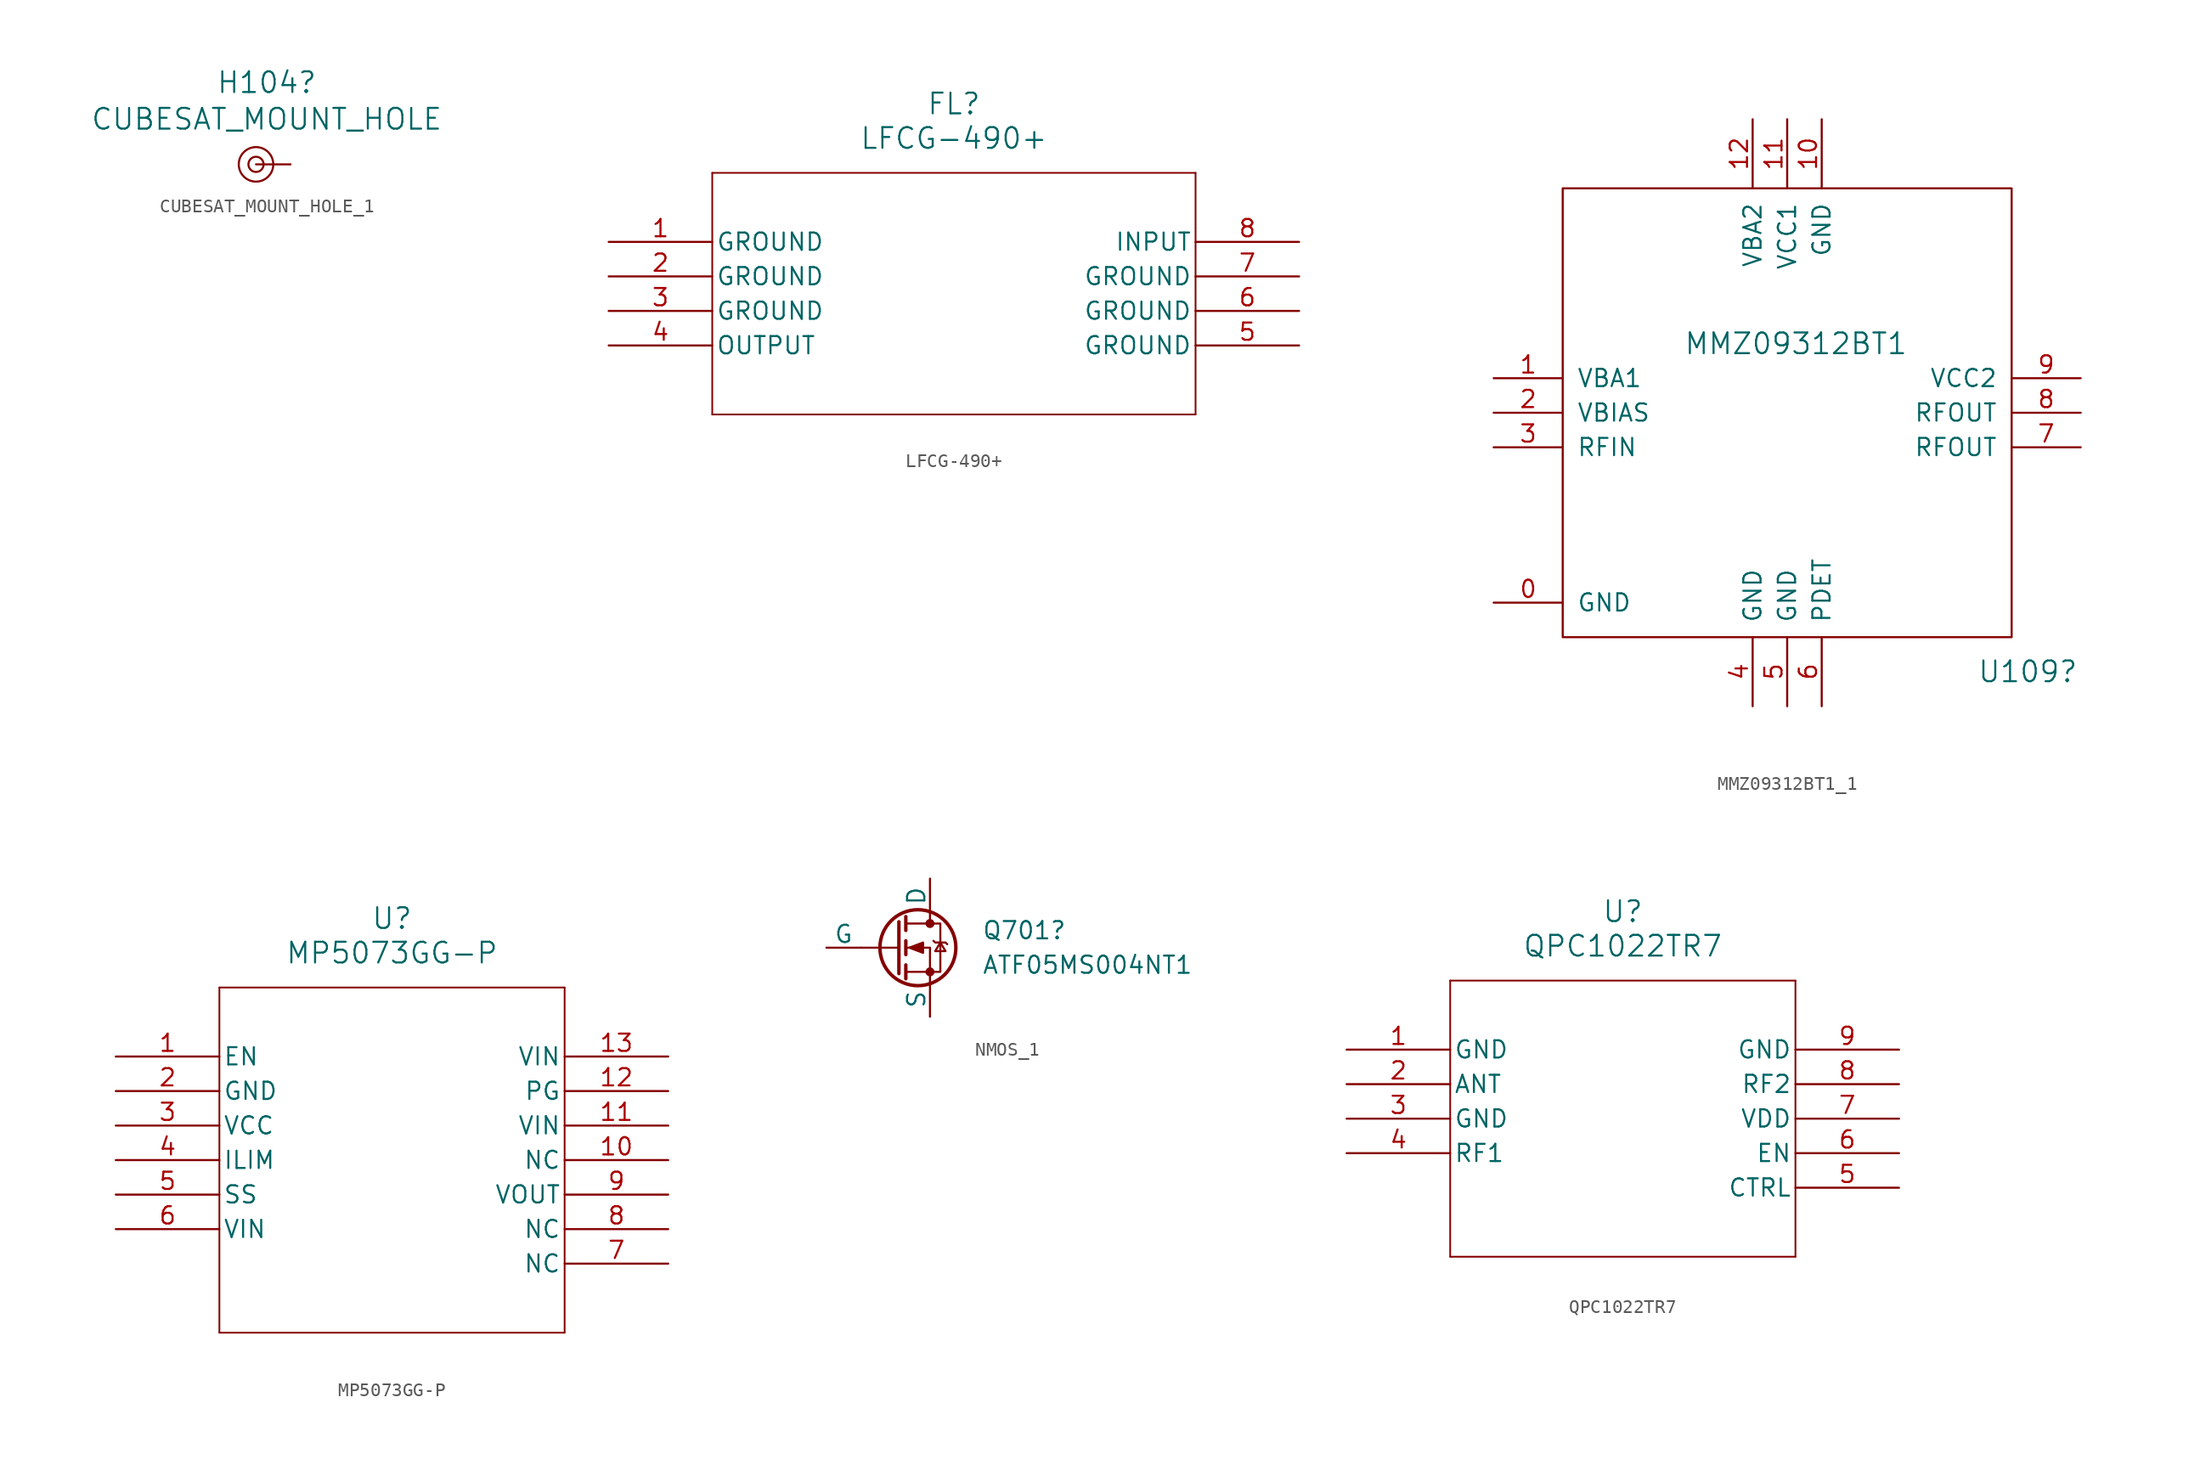
<source format=kicad_sym>
(kicad_symbol_lib
  (version 20241209)
  (generator "kicad_symbol_editor")
  (generator_version "9.0")
  (symbol "CUBESAT_MOUNT_HOLE_1"
    (pin_numbers
      (hide yes))
    (pin_names
      (offset 0)
      (hide yes))
    (property "Reference" "H104"
      (at 0.787 6.02 0)
      (effects (font (size 1.524 1.524))))
    (property "Value" "CUBESAT_MOUNT_HOLE"
      (at 0.787 3.327 0)
      (effects (font (size 1.524 1.524))))
    (symbol "CUBESAT_MOUNT_HOLE_1_0_1"
      (circle (center 0 0) (radius 0.559) (stroke (width 0) (type default)) (fill (type none)))
      (circle (center 0 0) (radius 1.27) (stroke (width 0) (type default)) (fill (type none))))
    (symbol "CUBESAT_MOUNT_HOLE_1_1_1"
      (pin passive line (at 2.54 0 180) (length 2.54) (name "1" (effects (font (size 1.27 1.27)))) (number "1" (effects (font (size 1.27 1.27)))))))
  (symbol "LFCG-490+"
    (pin_names
      (offset 0.254))
    (property "Reference" "FL"
      (at 25.4 10.16 0)
      (effects (font (size 1.524 1.524))))
    (property "Value" "LFCG-490+"
      (at 25.4 7.62 0)
      (effects (font (size 1.524 1.524))))
    (symbol "LFCG-490+_0_1"
      (polyline (pts (xy 7.62 5.08) (xy 7.62 -12.7)) (stroke (width 0.127) (type default)) (fill (type none)))
      (polyline (pts (xy 7.62 -12.7) (xy 43.18 -12.7)) (stroke (width 0.127) (type default)) (fill (type none)))
      (polyline (pts (xy 43.18 5.08) (xy 7.62 5.08)) (stroke (width 0.127) (type default)) (fill (type none)))
      (polyline (pts (xy 43.18 -12.7) (xy 43.18 5.08)) (stroke (width 0.127) (type default)) (fill (type none)))
      (pin power_out line (at 0 0 0) (length 7.62) (name "GROUND" (effects (font (size 1.27 1.27)))) (number "1" (effects (font (size 1.27 1.27)))))
      (pin power_out line (at 0 -2.54 0) (length 7.62) (name "GROUND" (effects (font (size 1.27 1.27)))) (number "2" (effects (font (size 1.27 1.27)))))
      (pin power_out line (at 0 -5.08 0) (length 7.62) (name "GROUND" (effects (font (size 1.27 1.27)))) (number "3" (effects (font (size 1.27 1.27)))))
      (pin output line (at 0 -7.62 0) (length 7.62) (name "OUTPUT" (effects (font (size 1.27 1.27)))) (number "4" (effects (font (size 1.27 1.27)))))
      (pin input line (at 50.8 0 180) (length 7.62) (name "INPUT" (effects (font (size 1.27 1.27)))) (number "8" (effects (font (size 1.27 1.27)))))
      (pin power_out line (at 50.8 -2.54 180) (length 7.62) (name "GROUND" (effects (font (size 1.27 1.27)))) (number "7" (effects (font (size 1.27 1.27)))))
      (pin power_out line (at 50.8 -5.08 180) (length 7.62) (name "GROUND" (effects (font (size 1.27 1.27)))) (number "6" (effects (font (size 1.27 1.27)))))
      (pin power_out line (at 50.8 -7.62 180) (length 7.62) (name "GROUND" (effects (font (size 1.27 1.27)))) (number "5" (effects (font (size 1.27 1.27)))))))
  (symbol "MMZ09312BT1_1"
    (pin_names
      (offset 1.016))
    (property "Reference" "U109"
      (at 13.97 -19.05 0)
      (effects (font (size 1.524 1.524)) (justify left)))
    (property "Value" "MMZ09312BT1"
      (at -7.62 5.08 0)
      (effects (font (size 1.524 1.524)) (justify left)))
    (symbol "MMZ09312BT1_1_0_1"
      (rectangle (start -16.51 16.51) (end 16.51 -16.51) (stroke (width 0) (type default)) (fill (type none))))
    (symbol "MMZ09312BT1_1_1_1"
      (pin input line (at -21.59 2.54 0) (length 5.08) (name "VBA1" (effects (font (size 1.27 1.27)))) (number "1" (effects (font (size 1.27 1.27)))))
      (pin input line (at -21.59 0 0) (length 5.08) (name "VBIAS" (effects (font (size 1.27 1.27)))) (number "2" (effects (font (size 1.27 1.27)))))
      (pin passive line (at -21.59 -2.54 0) (length 5.08) (name "RFIN" (effects (font (size 1.27 1.27)))) (number "3" (effects (font (size 1.27 1.27)))))
      (pin power_in line (at -21.59 -13.97 0) (length 5.08) (name "GND" (effects (font (size 1.27 1.27)))) (number "0" (effects (font (size 1.27 1.27)))))
      (pin input line (at -2.54 21.59 270) (length 5.08) (name "VBA2" (effects (font (size 1.27 1.27)))) (number "12" (effects (font (size 1.27 1.27)))))
      (pin power_in line (at -2.54 -21.59 90) (length 5.08) (name "GND" (effects (font (size 1.27 1.27)))) (number "4" (effects (font (size 1.27 1.27)))))
      (pin power_in line (at 0 21.59 270) (length 5.08) (name "VCC1" (effects (font (size 1.27 1.27)))) (number "11" (effects (font (size 1.27 1.27)))))
      (pin power_in line (at 0 -21.59 90) (length 5.08) (name "GND" (effects (font (size 1.27 1.27)))) (number "5" (effects (font (size 1.27 1.27)))))
      (pin power_in line (at 2.54 21.59 270) (length 5.08) (name "GND" (effects (font (size 1.27 1.27)))) (number "10" (effects (font (size 1.27 1.27)))))
      (pin output line (at 2.54 -21.59 90) (length 5.08) (name "PDET" (effects (font (size 1.27 1.27)))) (number "6" (effects (font (size 1.27 1.27)))))
      (pin power_in line (at 21.59 2.54 180) (length 5.08) (name "VCC2" (effects (font (size 1.27 1.27)))) (number "9" (effects (font (size 1.27 1.27)))))
      (pin open_emitter line (at 21.59 0 180) (length 5.08) (name "RFOUT" (effects (font (size 1.27 1.27)))) (number "8" (effects (font (size 1.27 1.27)))))
      (pin open_emitter line (at 21.59 -2.54 180) (length 5.08) (name "RFOUT" (effects (font (size 1.27 1.27)))) (number "7" (effects (font (size 1.27 1.27)))))))
  (symbol "MP5073GG-P"
    (pin_names
      (offset 0.254))
    (property "Reference" "U"
      (at 20.32 10.16 0)
      (effects (font (size 1.524 1.524))))
    (property "Value" "MP5073GG-P"
      (at 20.32 7.62 0)
      (effects (font (size 1.524 1.524))))
    (symbol "MP5073GG-P_0_1"
      (polyline (pts (xy 7.62 5.08) (xy 7.62 -20.32)) (stroke (width 0.127) (type default)) (fill (type none)))
      (polyline (pts (xy 7.62 -20.32) (xy 33.02 -20.32)) (stroke (width 0.127) (type default)) (fill (type none)))
      (polyline (pts (xy 33.02 5.08) (xy 7.62 5.08)) (stroke (width 0.127) (type default)) (fill (type none)))
      (polyline (pts (xy 33.02 -20.32) (xy 33.02 5.08)) (stroke (width 0.127) (type default)) (fill (type none)))
      (pin input line (at 0 0 0) (length 7.62) (name "EN" (effects (font (size 1.27 1.27)))) (number "1" (effects (font (size 1.27 1.27)))))
      (pin power_in line (at 0 -2.54 0) (length 7.62) (name "GND" (effects (font (size 1.27 1.27)))) (number "2" (effects (font (size 1.27 1.27)))))
      (pin power_in line (at 0 -5.08 0) (length 7.62) (name "VCC" (effects (font (size 1.27 1.27)))) (number "3" (effects (font (size 1.27 1.27)))))
      (pin passive line (at 0 -7.62 0) (length 7.62) (name "ILIM" (effects (font (size 1.27 1.27)))) (number "4" (effects (font (size 1.27 1.27)))))
      (pin passive line (at 0 -10.16 0) (length 7.62) (name "SS" (effects (font (size 1.27 1.27)))) (number "5" (effects (font (size 1.27 1.27)))))
      (pin power_in line (at 0 -12.7 0) (length 7.62) (name "VIN" (effects (font (size 1.27 1.27)))) (number "6" (effects (font (size 1.27 1.27)))))
      (pin power_in line (at 40.64 0 180) (length 7.62) (name "VIN" (effects (font (size 1.27 1.27)))) (number "13" (effects (font (size 1.27 1.27)))))
      (pin output line (at 40.64 -2.54 180) (length 7.62) (name "PG" (effects (font (size 1.27 1.27)))) (number "12" (effects (font (size 1.27 1.27)))))
      (pin power_in line (at 40.64 -5.08 180) (length 7.62) (name "VIN" (effects (font (size 1.27 1.27)))) (number "11" (effects (font (size 1.27 1.27)))))
      (pin unspecified line (at 40.64 -7.62 180) (length 7.62) (name "NC" (effects (font (size 1.27 1.27)))) (number "10" (effects (font (size 1.27 1.27)))))
      (pin power_out line (at 40.64 -10.16 180) (length 7.62) (name "VOUT" (effects (font (size 1.27 1.27)))) (number "9" (effects (font (size 1.27 1.27)))))
      (pin unspecified line (at 40.64 -12.7 180) (length 7.62) (name "NC" (effects (font (size 1.27 1.27)))) (number "8" (effects (font (size 1.27 1.27)))))
      (pin unspecified line (at 40.64 -15.24 180) (length 7.62) (name "NC" (effects (font (size 1.27 1.27)))) (number "7" (effects (font (size 1.27 1.27)))))))
  (symbol "NMOS_1"
    (pin_numbers
      (hide yes))
    (pin_names
      (offset 0))
    (property "Reference" "Q701"
      (at 6.35 1.27 0)
      (effects (font (size 1.27 1.27)) (justify left)))
    (property "Value" "ATF05MS004NT1"
      (at 6.35 -1.27 0)
      (effects (font (size 1.27 1.27)) (justify left)))
    (symbol "NMOS_1_0_1"
      (polyline (pts (xy 0.254 1.905) (xy 0.254 -1.905)) (stroke (width 0.254) (type default)) (fill (type none)))
      (polyline (pts (xy 0.254 0) (xy -2.54 0)) (stroke (width 0) (type default)) (fill (type none)))
      (polyline (pts (xy 0.762 2.286) (xy 0.762 1.27)) (stroke (width 0.254) (type default)) (fill (type none)))
      (polyline (pts (xy 0.762 0.508) (xy 0.762 -0.508)) (stroke (width 0.254) (type default)) (fill (type none)))
      (polyline (pts (xy 0.762 -1.27) (xy 0.762 -2.286)) (stroke (width 0.254) (type default)) (fill (type none)))
      (polyline (pts (xy 0.762 -1.778) (xy 3.302 -1.778) (xy 3.302 1.778) (xy 0.762 1.778)) (stroke (width 0) (type default)) (fill (type none)))
      (polyline (pts (xy 1.016 0) (xy 2.032 0.381) (xy 2.032 -0.381) (xy 1.016 0)) (stroke (width 0) (type default)) (fill (type outline)))
      (circle (center 1.651 0) (radius 2.794) (stroke (width 0.254) (type default)) (fill (type none)))
      (polyline (pts (xy 2.54 2.54) (xy 2.54 1.778)) (stroke (width 0) (type default)) (fill (type none)))
      (circle (center 2.54 1.778) (radius 0.254) (stroke (width 0) (type default)) (fill (type outline)))
      (circle (center 2.54 -1.778) (radius 0.254) (stroke (width 0) (type default)) (fill (type outline)))
      (polyline (pts (xy 2.54 -2.54) (xy 2.54 0) (xy 0.762 0)) (stroke (width 0) (type default)) (fill (type none)))
      (polyline (pts (xy 2.794 0.508) (xy 2.921 0.381) (xy 3.683 0.381) (xy 3.81 0.254)) (stroke (width 0) (type default)) (fill (type none)))
      (polyline (pts (xy 3.302 0.381) (xy 2.921 -0.254) (xy 3.683 -0.254) (xy 3.302 0.381)) (stroke (width 0) (type default)) (fill (type none))))
    (symbol "NMOS_1_1_1"
      (pin input line (at -5.08 0 0) (length 2.54) (name "G" (effects (font (size 1.27 1.27)))) (number "1" (effects (font (size 1.27 1.27)))))
      (pin passive line (at 2.54 5.08 270) (length 2.54) (name "D" (effects (font (size 1.27 1.27)))) (number "3" (effects (font (size 1.27 1.27)))))
      (pin passive line (at 2.54 -5.08 90) (length 2.54) (name "S" (effects (font (size 1.27 1.27)))) (number "2" (effects (font (size 1.27 1.27)))))))
  (symbol "QPC1022TR7"
    (pin_names
      (offset 0.254))
    (property "Reference" "U"
      (at 20.32 10.16 0)
      (effects (font (size 1.524 1.524))))
    (property "Value" "QPC1022TR7"
      (at 20.32 7.62 0)
      (effects (font (size 1.524 1.524))))
    (symbol "QPC1022TR7_0_1"
      (polyline (pts (xy 7.62 5.08) (xy 7.62 -15.24)) (stroke (width 0.127) (type default)) (fill (type none)))
      (polyline (pts (xy 7.62 -15.24) (xy 33.02 -15.24)) (stroke (width 0.127) (type default)) (fill (type none)))
      (polyline (pts (xy 33.02 5.08) (xy 7.62 5.08)) (stroke (width 0.127) (type default)) (fill (type none)))
      (polyline (pts (xy 33.02 -15.24) (xy 33.02 5.08)) (stroke (width 0.127) (type default)) (fill (type none)))
      (pin bidirectional line (at 0 -2.54 0) (length 7.62) (name "ANT" (effects (font (size 1.27 1.27)))) (number "2" (effects (font (size 1.27 1.27)))))
      (pin power_in line (at 0 -5.08 0) (length 7.62) (name "GND" (effects (font (size 1.27 1.27)))) (number "3" (effects (font (size 1.27 1.27)))))
      (pin bidirectional line (at 0 -7.62 0) (length 7.62) (name "RF1" (effects (font (size 1.27 1.27)))) (number "4" (effects (font (size 1.27 1.27)))))
      (pin bidirectional line (at 40.64 -2.54 180) (length 7.62) (name "RF2" (effects (font (size 1.27 1.27)))) (number "8" (effects (font (size 1.27 1.27)))))
      (pin power_in line (at 40.64 -5.08 180) (length 7.62) (name "VDD" (effects (font (size 1.27 1.27)))) (number "7" (effects (font (size 1.27 1.27)))))
      (pin input line (at 40.64 -7.62 180) (length 7.62) (name "EN" (effects (font (size 1.27 1.27)))) (number "6" (effects (font (size 1.27 1.27)))))
      (pin input line (at 40.64 -10.16 180) (length 7.62) (name "CTRL" (effects (font (size 1.27 1.27)))) (number "5" (effects (font (size 1.27 1.27))))))
    (symbol "QPC1022TR7_1_1"
      (pin power_in line (at 0 0 0) (length 7.62) (name "GND" (effects (font (size 1.27 1.27)))) (number "1" (effects (font (size 1.27 1.27)))))
      (pin power_in line (at 40.64 0 180) (length 7.62) (name "GND" (effects (font (size 1.27 1.27)))) (number "9" (effects (font (size 1.27 1.27))))))))
</source>
